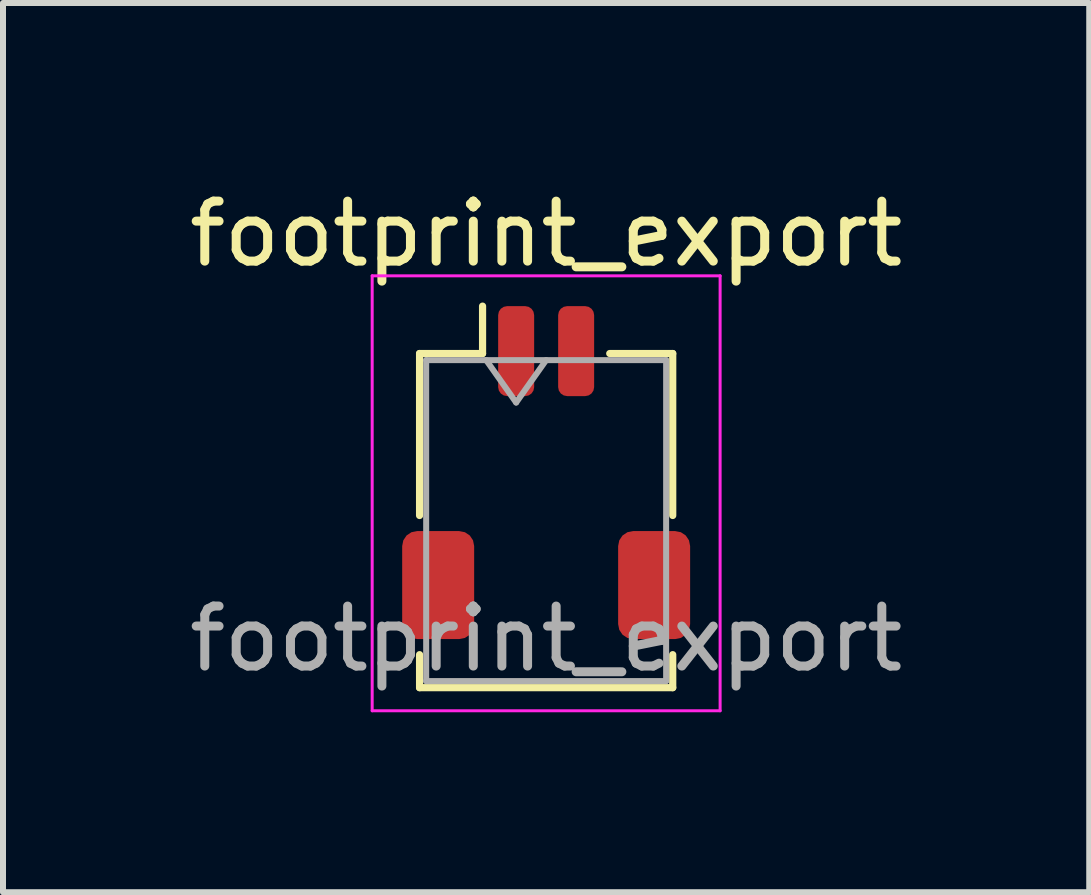
<source format=kicad_pcb>
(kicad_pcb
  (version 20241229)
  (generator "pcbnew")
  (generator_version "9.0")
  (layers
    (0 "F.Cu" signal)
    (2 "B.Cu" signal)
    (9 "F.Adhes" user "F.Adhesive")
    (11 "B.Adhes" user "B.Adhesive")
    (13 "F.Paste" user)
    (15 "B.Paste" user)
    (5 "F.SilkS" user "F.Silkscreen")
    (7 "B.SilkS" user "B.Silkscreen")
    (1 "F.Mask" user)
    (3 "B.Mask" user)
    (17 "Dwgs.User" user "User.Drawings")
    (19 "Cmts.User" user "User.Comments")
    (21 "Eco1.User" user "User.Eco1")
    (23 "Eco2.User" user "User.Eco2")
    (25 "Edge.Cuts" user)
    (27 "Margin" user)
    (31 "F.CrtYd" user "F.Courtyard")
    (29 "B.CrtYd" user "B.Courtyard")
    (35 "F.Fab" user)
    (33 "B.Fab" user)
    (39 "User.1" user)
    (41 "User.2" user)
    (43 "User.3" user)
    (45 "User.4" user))
  (footprint "footprint_export"
    (layer "F.Cu")
    (at 6.054 4.828)
    (property "Reference" "footprint_export" (at 0 -3.98 0) (layer "F.SilkS") (effects (font (size 1 1) (thickness 0.15))))
    (attr smd)
    (fp_line (start -2.11 -1.985) (end -1.06 -1.985) (stroke (width 0.12) (type solid)) (layer "F.SilkS"))
    (fp_line (start -2.11 0.715) (end -2.11 -1.985) (stroke (width 0.12) (type solid)) (layer "F.SilkS"))
    (fp_line (start -2.11 3.035) (end -2.11 3.585) (stroke (width 0.12) (type solid)) (layer "F.SilkS"))
    (fp_line (start -2.11 3.585) (end 2.11 3.585) (stroke (width 0.12) (type solid)) (layer "F.SilkS"))
    (fp_line (start -1.06 -1.985) (end -1.06 -2.775) (stroke (width 0.12) (type solid)) (layer "F.SilkS"))
    (fp_line (start 2.11 -1.985) (end 1.06 -1.985) (stroke (width 0.12) (type solid)) (layer "F.SilkS"))
    (fp_line (start 2.11 0.715) (end 2.11 -1.985) (stroke (width 0.12) (type solid)) (layer "F.SilkS"))
    (fp_line (start 2.11 3.585) (end 2.11 3.035) (stroke (width 0.12) (type solid)) (layer "F.SilkS"))
    (fp_line (start -2.9 -3.28) (end -2.9 3.97) (stroke (width 0.05) (type solid)) (layer "F.CrtYd"))
    (fp_line (start -2.9 3.97) (end 2.9 3.97) (stroke (width 0.05) (type solid)) (layer "F.CrtYd"))
    (fp_line (start 2.9 -3.28) (end -2.9 -3.28) (stroke (width 0.05) (type solid)) (layer "F.CrtYd"))
    (fp_line (start 2.9 3.97) (end 2.9 -3.28) (stroke (width 0.05) (type solid)) (layer "F.CrtYd"))
    (fp_line (start -2 -1.875) (end -2 3.475) (stroke (width 0.1) (type solid)) (layer "F.Fab"))
    (fp_line (start -2 -1.875) (end 2 -1.875) (stroke (width 0.1) (type solid)) (layer "F.Fab"))
    (fp_line (start -2 3.475) (end 2 3.475) (stroke (width 0.1) (type solid)) (layer "F.Fab"))
    (fp_line (start -1 -1.875) (end -0.5 -1.168) (stroke (width 0.1) (type solid)) (layer "F.Fab"))
    (fp_line (start -0.5 -1.168) (end 0 -1.875) (stroke (width 0.1) (type solid)) (layer "F.Fab"))
    (fp_line (start 2 -1.875) (end 2 3.475) (stroke (width 0.1) (type solid)) (layer "F.Fab"))
    (fp_text user "${REFERENCE}" (at 0 2.77 0) (layer "F.Fab") (effects (font (size 1 1) (thickness 0.15))))
    (pad "1" smd roundrect (at -0.5 -2.025) (size 0.6 1.5) (layers "F.Cu" "F.Mask" "F.Paste") (roundrect_rratio 0.25))
    (pad "2" smd roundrect (at 0.5 -2.025) (size 0.6 1.5) (layers "F.Cu" "F.Mask" "F.Paste") (roundrect_rratio 0.25))
    (pad "MP" smd roundrect (at -1.8 1.875) (size 1.2 1.8) (layers "F.Cu" "F.Mask" "F.Paste") (roundrect_rratio 0.208))
    (pad "MP" smd roundrect (at 1.8 1.875) (size 1.2 1.8) (layers "F.Cu" "F.Mask" "F.Paste") (roundrect_rratio 0.208)))
  (gr_rect
    (start -3 -3)
    (end 15.107 11.823)
    (stroke (width 0.1) (type default))
    (fill no)
    (layer "Edge.Cuts")))
</source>
